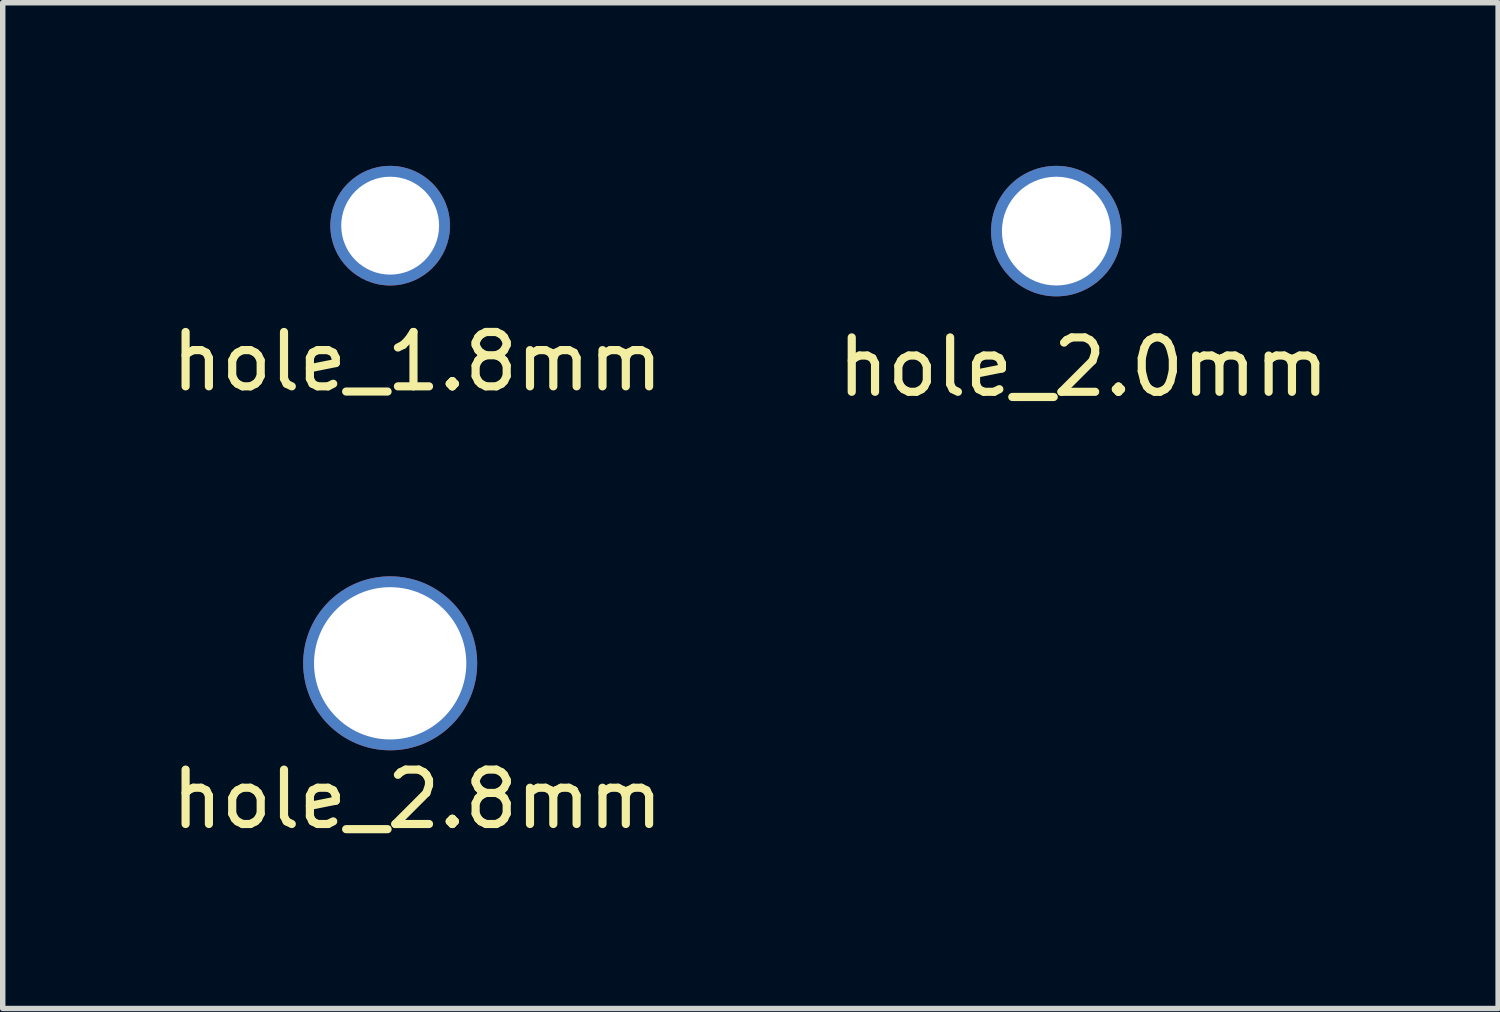
<source format=kicad_pcb>
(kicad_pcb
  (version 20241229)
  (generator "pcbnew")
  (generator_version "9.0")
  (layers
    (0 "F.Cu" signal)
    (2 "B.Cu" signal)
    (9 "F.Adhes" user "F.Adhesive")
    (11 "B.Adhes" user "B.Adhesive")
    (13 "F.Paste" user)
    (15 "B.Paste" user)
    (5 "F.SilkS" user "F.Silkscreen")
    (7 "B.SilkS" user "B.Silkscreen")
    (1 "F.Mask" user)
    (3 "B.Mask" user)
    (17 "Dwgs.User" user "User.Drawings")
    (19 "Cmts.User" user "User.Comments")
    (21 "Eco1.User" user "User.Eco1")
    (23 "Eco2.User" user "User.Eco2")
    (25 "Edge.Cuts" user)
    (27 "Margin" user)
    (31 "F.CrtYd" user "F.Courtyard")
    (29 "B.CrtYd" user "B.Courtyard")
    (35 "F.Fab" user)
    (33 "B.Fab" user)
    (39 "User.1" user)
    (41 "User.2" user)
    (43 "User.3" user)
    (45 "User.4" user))
  (footprint "hole_2.8mm"
    (layer "F.Cu")
    (at 4.125 9.148)
    (property "Reference" "hole_2.8mm" (at 0.5 2.5 0) (layer "F.SilkS") (effects (font (size 1 1) (thickness 0.15))))
    (attr through_hole)
    (pad "1" thru_hole circle (at 0 0) (size 3.2 3.2) (drill 2.8) (layers "*.Cu" "*.Mask")))
  (footprint "hole_1.8mm"
    (layer "F.Cu")
    (at 4.125 1.1)
    (property "Reference" "hole_1.8mm" (at 0.5 2.5 0) (layer "F.SilkS") (effects (font (size 1 1) (thickness 0.15))))
    (attr through_hole)
    (pad "1" thru_hole circle (at 0 0) (size 2.2 2.2) (drill 1.8) (layers "*.Cu" "*.Mask")))
  (footprint "hole_2.0mm"
    (layer "F.Cu")
    (at 16.375 1.2)
    (property "Reference" "hole_2.0mm" (at 0.5 2.5 0) (layer "F.SilkS") (effects (font (size 1 1) (thickness 0.15))))
    (attr through_hole)
    (pad "1" thru_hole circle (at 0 0) (size 2.4 2.4) (drill 2) (layers "*.Cu" "*.Mask")))
  (gr_rect
    (start -3 -3)
    (end 24.5 15.496)
    (stroke (width 0.1) (type default))
    (fill no)
    (layer "Edge.Cuts")))
</source>
